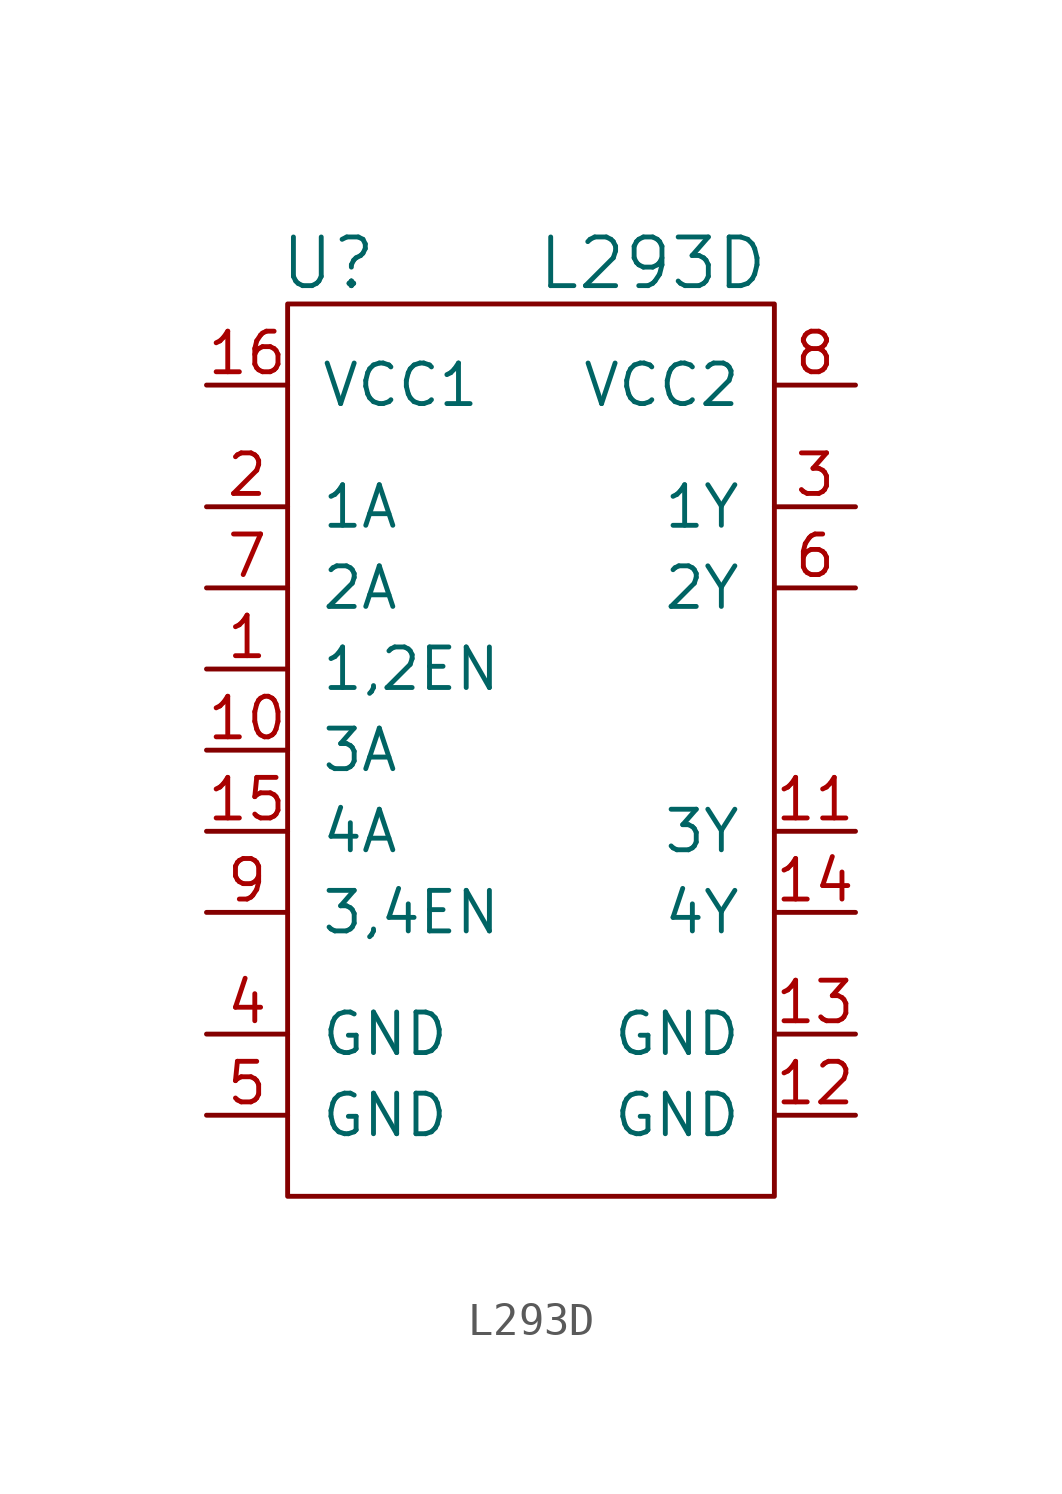
<source format=kicad_sym>
(kicad_symbol_lib
  (version 20211014)
  (generator kicad_symbol_editor)
  (symbol "L293D"
    (pin_names
      (offset 1.016))
    (property "Reference" "U"
      (at -6.35 15.24 0)
      (effects (font (size 1.524 1.524))))
    (property "Value" "L293D"
      (at 3.81 15.24 0)
      (effects (font (size 1.524 1.524))))
    (property "Footprint" ""
      (at 0 0 0)
      (effects (font (size 1.524 1.524))))
    (property "Datasheet" ""
      (at 0 0 0)
      (effects (font (size 1.524 1.524))))
    (symbol "L293D_0_1"
      (rectangle (start -7.62 13.97) (end 7.62 -13.97) (stroke (width 0) (type default) (color 0 0 0 0)) (fill (type none))))
    (symbol "L293D_1_1"
      (pin input line (at -10.16 2.54 0) (length 2.54) (name "1,2EN" (effects (font (size 1.27 1.27)))) (number "1" (effects (font (size 1.27 1.27)))))
      (pin input line (at -10.16 0 0) (length 2.54) (name "3A" (effects (font (size 1.27 1.27)))) (number "10" (effects (font (size 1.27 1.27)))))
      (pin output line (at 10.16 -2.54 180) (length 2.54) (name "3Y" (effects (font (size 1.27 1.27)))) (number "11" (effects (font (size 1.27 1.27)))))
      (pin passive line (at 10.16 -11.43 180) (length 2.54) (name "GND" (effects (font (size 1.27 1.27)))) (number "12" (effects (font (size 1.27 1.27)))))
      (pin passive line (at 10.16 -8.89 180) (length 2.54) (name "GND" (effects (font (size 1.27 1.27)))) (number "13" (effects (font (size 1.27 1.27)))))
      (pin output line (at 10.16 -5.08 180) (length 2.54) (name "4Y" (effects (font (size 1.27 1.27)))) (number "14" (effects (font (size 1.27 1.27)))))
      (pin input line (at -10.16 -2.54 0) (length 2.54) (name "4A" (effects (font (size 1.27 1.27)))) (number "15" (effects (font (size 1.27 1.27)))))
      (pin power_in line (at -10.16 11.43 0) (length 2.54) (name "VCC1" (effects (font (size 1.27 1.27)))) (number "16" (effects (font (size 1.27 1.27)))))
      (pin input line (at -10.16 7.62 0) (length 2.54) (name "1A" (effects (font (size 1.27 1.27)))) (number "2" (effects (font (size 1.27 1.27)))))
      (pin output line (at 10.16 7.62 180) (length 2.54) (name "1Y" (effects (font (size 1.27 1.27)))) (number "3" (effects (font (size 1.27 1.27)))))
      (pin passive line (at -10.16 -8.89 0) (length 2.54) (name "GND" (effects (font (size 1.27 1.27)))) (number "4" (effects (font (size 1.27 1.27)))))
      (pin passive line (at -10.16 -11.43 0) (length 2.54) (name "GND" (effects (font (size 1.27 1.27)))) (number "5" (effects (font (size 1.27 1.27)))))
      (pin output line (at 10.16 5.08 180) (length 2.54) (name "2Y" (effects (font (size 1.27 1.27)))) (number "6" (effects (font (size 1.27 1.27)))))
      (pin input line (at -10.16 5.08 0) (length 2.54) (name "2A" (effects (font (size 1.27 1.27)))) (number "7" (effects (font (size 1.27 1.27)))))
      (pin power_in line (at 10.16 11.43 180) (length 2.54) (name "VCC2" (effects (font (size 1.27 1.27)))) (number "8" (effects (font (size 1.27 1.27)))))
      (pin input line (at -10.16 -5.08 0) (length 2.54) (name "3,4EN" (effects (font (size 1.27 1.27)))) (number "9" (effects (font (size 1.27 1.27))))))))
</source>
